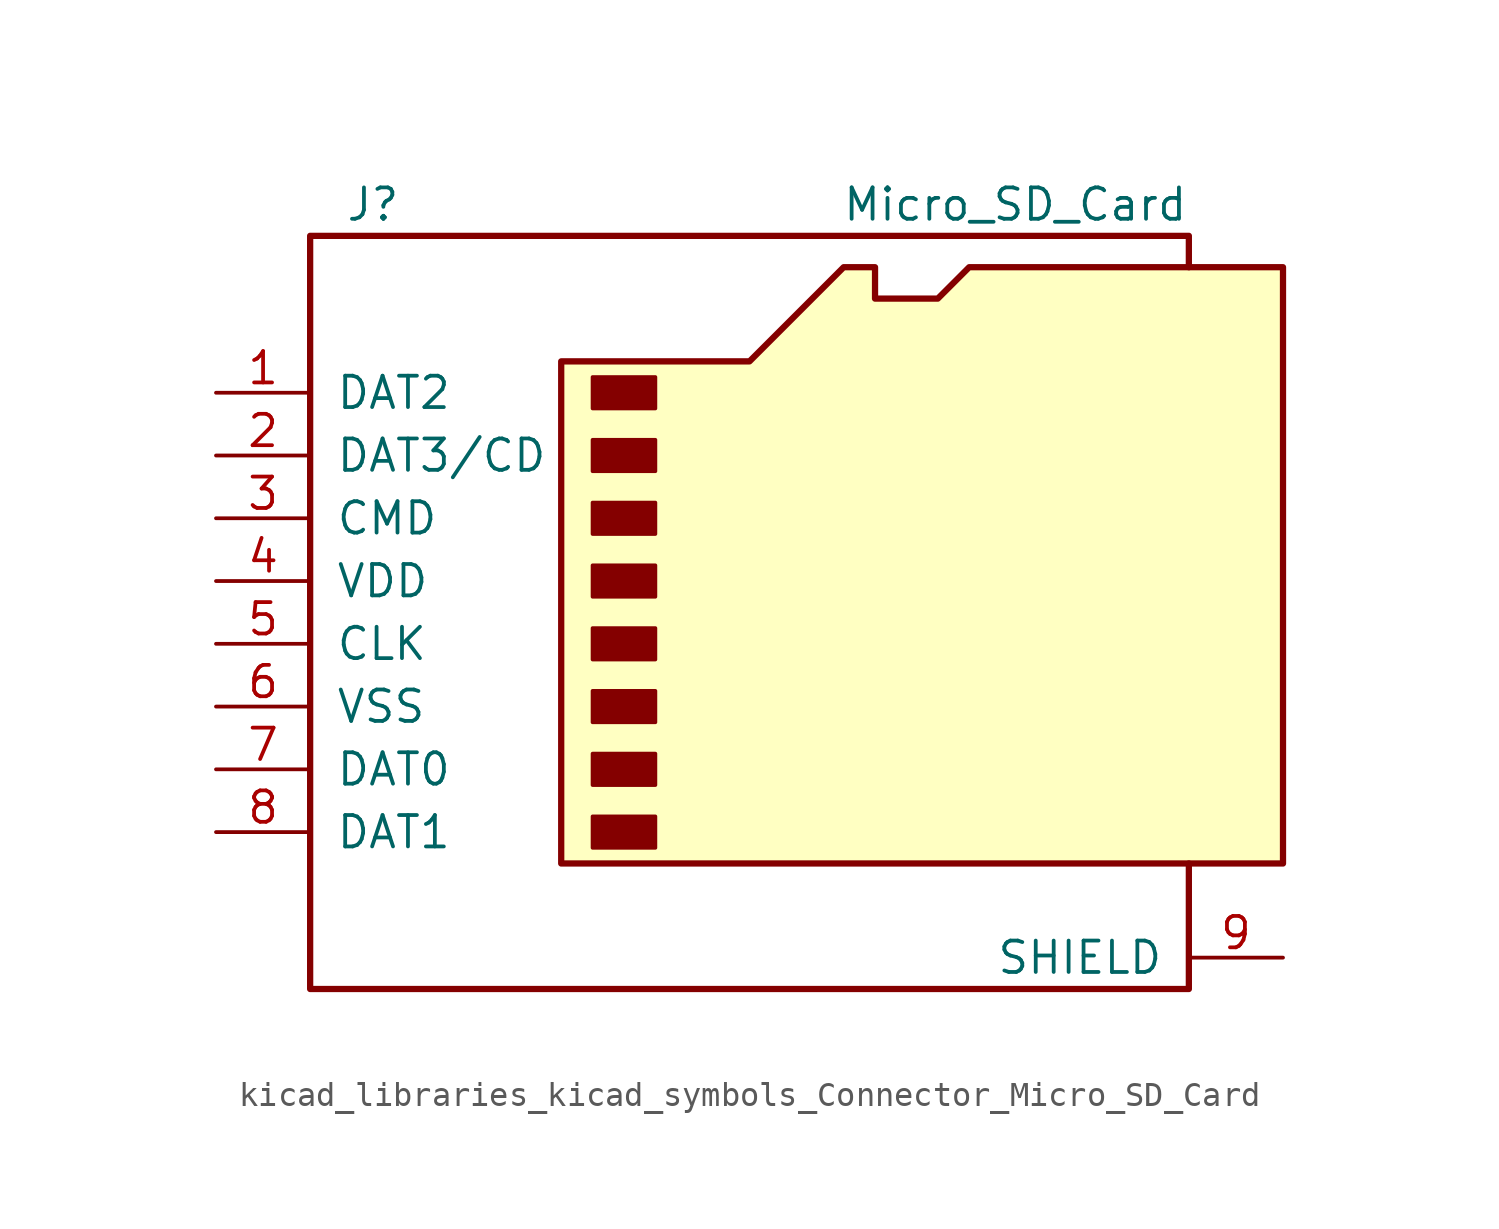
<source format=kicad_sym>
(kicad_symbol_lib
  (version 20220914)
  (generator kicad_symbol_editor)
  (symbol "kicad_libraries_kicad_symbols_Connector_Micro_SD_Card"
    (pin_names
      (offset 1.016))
    (property "Reference" "J"
      (at -16.51 15.24 0)
      (effects (font (size 1.27 1.27))))
    (property "Value" "Micro_SD_Card"
      (at 16.51 15.24 0)
      (effects (font (size 1.27 1.27)) (justify right)))
    (symbol "kicad_libraries_kicad_symbols_Connector_Micro_SD_Card_0_1"
      (rectangle (start -7.62 -9.525) (end -5.08 -10.795) (stroke (width 0) (type default)) (fill (type outline)))
      (rectangle (start -7.62 -6.985) (end -5.08 -8.255) (stroke (width 0) (type default)) (fill (type outline)))
      (rectangle (start -7.62 -4.445) (end -5.08 -5.715) (stroke (width 0) (type default)) (fill (type outline)))
      (rectangle (start -7.62 -1.905) (end -5.08 -3.175) (stroke (width 0) (type default)) (fill (type outline)))
      (rectangle (start -7.62 0.635) (end -5.08 -0.635) (stroke (width 0) (type default)) (fill (type outline)))
      (rectangle (start -7.62 3.175) (end -5.08 1.905) (stroke (width 0) (type default)) (fill (type outline)))
      (rectangle (start -7.62 5.715) (end -5.08 4.445) (stroke (width 0) (type default)) (fill (type outline)))
      (rectangle (start -7.62 8.255) (end -5.08 6.985) (stroke (width 0) (type default)) (fill (type outline)))
      (polyline (pts (xy 16.51 12.7) (xy 16.51 13.97) (xy -19.05 13.97) (xy -19.05 -16.51) (xy 16.51 -16.51) (xy 16.51 -11.43)) (stroke (width 0.254) (type default)) (fill (type none)))
      (polyline (pts (xy -8.89 -11.43) (xy -8.89 8.89) (xy -1.27 8.89) (xy 2.54 12.7) (xy 3.81 12.7) (xy 3.81 11.43) (xy 6.35 11.43) (xy 7.62 12.7) (xy 20.32 12.7) (xy 20.32 -11.43) (xy -8.89 -11.43)) (stroke (width 0.254) (type default)) (fill (type background))))
    (symbol "kicad_libraries_kicad_symbols_Connector_Micro_SD_Card_1_1"
      (pin bidirectional line (at -22.86 7.62 0) (length 3.81) (name "DAT2" (effects (font (size 1.27 1.27)))) (number "1" (effects (font (size 1.27 1.27)))))
      (pin bidirectional line (at -22.86 5.08 0) (length 3.81) (name "DAT3/CD" (effects (font (size 1.27 1.27)))) (number "2" (effects (font (size 1.27 1.27)))))
      (pin input line (at -22.86 2.54 0) (length 3.81) (name "CMD" (effects (font (size 1.27 1.27)))) (number "3" (effects (font (size 1.27 1.27)))))
      (pin power_in line (at -22.86 0 0) (length 3.81) (name "VDD" (effects (font (size 1.27 1.27)))) (number "4" (effects (font (size 1.27 1.27)))))
      (pin input line (at -22.86 -2.54 0) (length 3.81) (name "CLK" (effects (font (size 1.27 1.27)))) (number "5" (effects (font (size 1.27 1.27)))))
      (pin power_in line (at -22.86 -5.08 0) (length 3.81) (name "VSS" (effects (font (size 1.27 1.27)))) (number "6" (effects (font (size 1.27 1.27)))))
      (pin bidirectional line (at -22.86 -7.62 0) (length 3.81) (name "DAT0" (effects (font (size 1.27 1.27)))) (number "7" (effects (font (size 1.27 1.27)))))
      (pin bidirectional line (at -22.86 -10.16 0) (length 3.81) (name "DAT1" (effects (font (size 1.27 1.27)))) (number "8" (effects (font (size 1.27 1.27)))))
      (pin passive line (at 20.32 -15.24 180) (length 3.81) (name "SHIELD" (effects (font (size 1.27 1.27)))) (number "9" (effects (font (size 1.27 1.27))))))))
</source>
